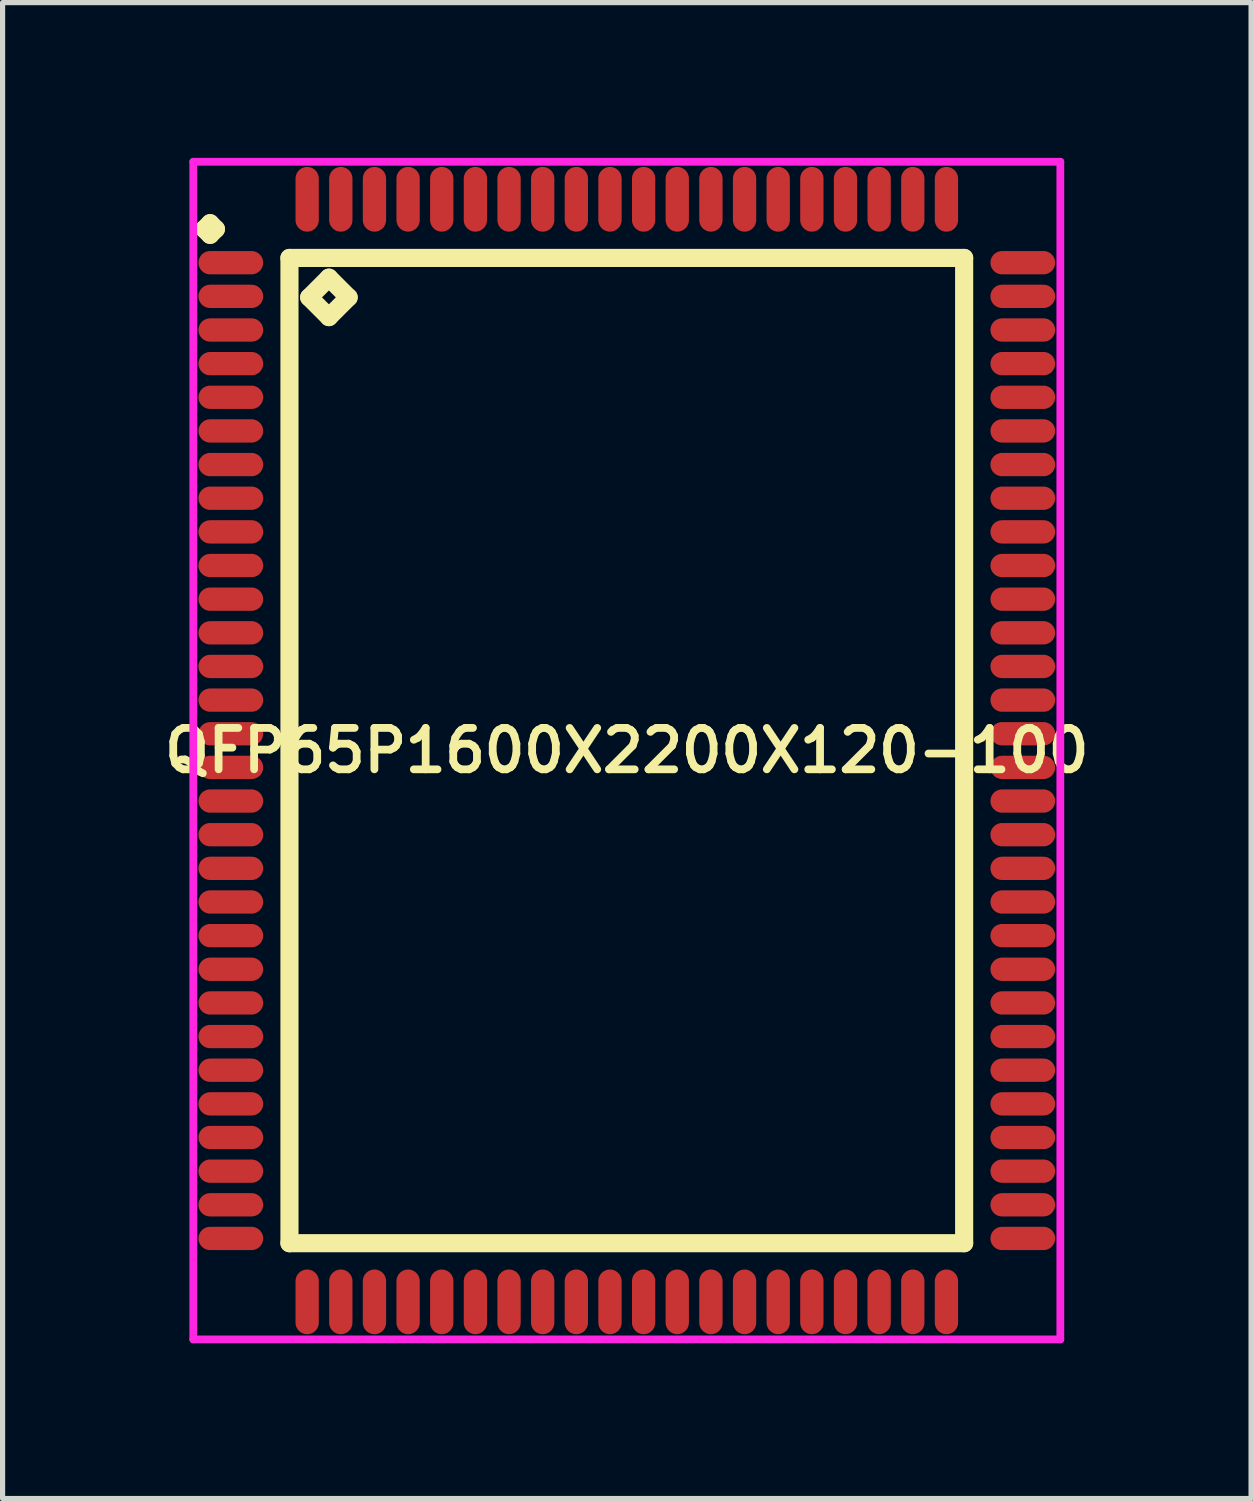
<source format=kicad_pcb>
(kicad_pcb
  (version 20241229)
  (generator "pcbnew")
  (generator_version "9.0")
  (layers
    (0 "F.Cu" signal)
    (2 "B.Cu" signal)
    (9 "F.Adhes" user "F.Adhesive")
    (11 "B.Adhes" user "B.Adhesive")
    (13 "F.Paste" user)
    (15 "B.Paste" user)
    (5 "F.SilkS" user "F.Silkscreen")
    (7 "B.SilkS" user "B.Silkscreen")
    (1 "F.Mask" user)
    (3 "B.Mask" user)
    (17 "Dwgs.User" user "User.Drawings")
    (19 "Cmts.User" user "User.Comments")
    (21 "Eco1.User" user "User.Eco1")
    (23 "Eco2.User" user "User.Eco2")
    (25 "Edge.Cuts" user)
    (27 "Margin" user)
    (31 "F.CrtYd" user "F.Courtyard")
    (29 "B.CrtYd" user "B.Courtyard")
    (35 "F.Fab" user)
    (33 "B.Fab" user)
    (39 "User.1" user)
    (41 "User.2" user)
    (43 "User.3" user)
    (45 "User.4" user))
  (footprint "QFP65P1600X2200X120-100"
    (layer "F.Cu")
    (at 9.059 11.45)
    (property "Reference" "QFP65P1600X2200X120-100" (at 0 0 0) (layer "F.SilkS") (effects (font (size 0.8 0.8) (thickness 0.15))))
    (attr through_hole)
    (fp_line (start -8.162 -10.075) (end -8.05 -10.188) (stroke (width 0.35) (type solid)) (layer "F.SilkS"))
    (fp_line (start -8.05 -10.188) (end -7.938 -10.075) (stroke (width 0.35) (type solid)) (layer "F.SilkS"))
    (fp_line (start -8.05 -9.963) (end -8.162 -10.075) (stroke (width 0.35) (type solid)) (layer "F.SilkS"))
    (fp_line (start -7.938 -10.075) (end -8.05 -9.963) (stroke (width 0.35) (type solid)) (layer "F.SilkS"))
    (fp_line (start -6.517 -9.517) (end -6.517 9.517) (stroke (width 0.35) (type solid)) (layer "F.SilkS"))
    (fp_line (start -6.517 9.517) (end 6.517 9.517) (stroke (width 0.35) (type solid)) (layer "F.SilkS"))
    (fp_line (start -6.136 -8.755) (end -5.755 -9.136) (stroke (width 0.35) (type solid)) (layer "F.SilkS"))
    (fp_line (start -5.755 -9.136) (end -5.374 -8.755) (stroke (width 0.35) (type solid)) (layer "F.SilkS"))
    (fp_line (start -5.755 -8.374) (end -6.136 -8.755) (stroke (width 0.35) (type solid)) (layer "F.SilkS"))
    (fp_line (start -5.374 -8.755) (end -5.755 -8.374) (stroke (width 0.35) (type solid)) (layer "F.SilkS"))
    (fp_line (start 6.517 -9.517) (end -6.517 -9.517) (stroke (width 0.35) (type solid)) (layer "F.SilkS"))
    (fp_line (start 6.517 9.517) (end 6.517 -9.517) (stroke (width 0.35) (type solid)) (layer "F.SilkS"))
    (fp_line (start -8.375 -11.375) (end 8.375 -11.375) (stroke (width 0.15) (type solid)) (layer "F.CrtYd"))
    (fp_line (start -8.375 11.375) (end -8.375 -11.375) (stroke (width 0.15) (type solid)) (layer "F.CrtYd"))
    (fp_line (start 8.375 -11.375) (end 8.375 11.375) (stroke (width 0.15) (type solid)) (layer "F.CrtYd"))
    (fp_line (start 8.375 11.375) (end -8.375 11.375) (stroke (width 0.15) (type solid)) (layer "F.CrtYd"))
    (pad "1" smd oval (at -7.65 -9.425) (size 1.25 0.45) (layers "F.Cu" "F.Mask" "F.Paste"))
    (pad "2" smd oval (at -7.65 -8.775) (size 1.25 0.45) (layers "F.Cu" "F.Mask" "F.Paste"))
    (pad "3" smd oval (at -7.65 -8.125) (size 1.25 0.45) (layers "F.Cu" "F.Mask" "F.Paste"))
    (pad "4" smd oval (at -7.65 -7.475) (size 1.25 0.45) (layers "F.Cu" "F.Mask" "F.Paste"))
    (pad "5" smd oval (at -7.65 -6.825) (size 1.25 0.45) (layers "F.Cu" "F.Mask" "F.Paste"))
    (pad "6" smd oval (at -7.65 -6.175) (size 1.25 0.45) (layers "F.Cu" "F.Mask" "F.Paste"))
    (pad "7" smd oval (at -7.65 -5.525) (size 1.25 0.45) (layers "F.Cu" "F.Mask" "F.Paste"))
    (pad "8" smd oval (at -7.65 -4.875) (size 1.25 0.45) (layers "F.Cu" "F.Mask" "F.Paste"))
    (pad "9" smd oval (at -7.65 -4.225) (size 1.25 0.45) (layers "F.Cu" "F.Mask" "F.Paste"))
    (pad "10" smd oval (at -7.65 -3.575) (size 1.25 0.45) (layers "F.Cu" "F.Mask" "F.Paste"))
    (pad "11" smd oval (at -7.65 -2.925) (size 1.25 0.45) (layers "F.Cu" "F.Mask" "F.Paste"))
    (pad "12" smd oval (at -7.65 -2.275) (size 1.25 0.45) (layers "F.Cu" "F.Mask" "F.Paste"))
    (pad "13" smd oval (at -7.65 -1.625) (size 1.25 0.45) (layers "F.Cu" "F.Mask" "F.Paste"))
    (pad "14" smd oval (at -7.65 -0.975) (size 1.25 0.45) (layers "F.Cu" "F.Mask" "F.Paste"))
    (pad "15" smd oval (at -7.65 -0.325) (size 1.25 0.45) (layers "F.Cu" "F.Mask" "F.Paste"))
    (pad "16" smd oval (at -7.65 0.325) (size 1.25 0.45) (layers "F.Cu" "F.Mask" "F.Paste"))
    (pad "17" smd oval (at -7.65 0.975) (size 1.25 0.45) (layers "F.Cu" "F.Mask" "F.Paste"))
    (pad "18" smd oval (at -7.65 1.625) (size 1.25 0.45) (layers "F.Cu" "F.Mask" "F.Paste"))
    (pad "19" smd oval (at -7.65 2.275) (size 1.25 0.45) (layers "F.Cu" "F.Mask" "F.Paste"))
    (pad "20" smd oval (at -7.65 2.925) (size 1.25 0.45) (layers "F.Cu" "F.Mask" "F.Paste"))
    (pad "21" smd oval (at -7.65 3.575) (size 1.25 0.45) (layers "F.Cu" "F.Mask" "F.Paste"))
    (pad "22" smd oval (at -7.65 4.225) (size 1.25 0.45) (layers "F.Cu" "F.Mask" "F.Paste"))
    (pad "23" smd oval (at -7.65 4.875) (size 1.25 0.45) (layers "F.Cu" "F.Mask" "F.Paste"))
    (pad "24" smd oval (at -7.65 5.525) (size 1.25 0.45) (layers "F.Cu" "F.Mask" "F.Paste"))
    (pad "25" smd oval (at -7.65 6.175) (size 1.25 0.45) (layers "F.Cu" "F.Mask" "F.Paste"))
    (pad "26" smd oval (at -7.65 6.825) (size 1.25 0.45) (layers "F.Cu" "F.Mask" "F.Paste"))
    (pad "27" smd oval (at -7.65 7.475) (size 1.25 0.45) (layers "F.Cu" "F.Mask" "F.Paste"))
    (pad "28" smd oval (at -7.65 8.125) (size 1.25 0.45) (layers "F.Cu" "F.Mask" "F.Paste"))
    (pad "29" smd oval (at -7.65 8.775) (size 1.25 0.45) (layers "F.Cu" "F.Mask" "F.Paste"))
    (pad "30" smd oval (at -7.65 9.425) (size 1.25 0.45) (layers "F.Cu" "F.Mask" "F.Paste"))
    (pad "31" smd oval (at -6.175 10.65) (size 0.45 1.25) (layers "F.Cu" "F.Mask" "F.Paste"))
    (pad "32" smd oval (at -5.525 10.65) (size 0.45 1.25) (layers "F.Cu" "F.Mask" "F.Paste"))
    (pad "33" smd oval (at -4.875 10.65) (size 0.45 1.25) (layers "F.Cu" "F.Mask" "F.Paste"))
    (pad "34" smd oval (at -4.225 10.65) (size 0.45 1.25) (layers "F.Cu" "F.Mask" "F.Paste"))
    (pad "35" smd oval (at -3.575 10.65) (size 0.45 1.25) (layers "F.Cu" "F.Mask" "F.Paste"))
    (pad "36" smd oval (at -2.925 10.65) (size 0.45 1.25) (layers "F.Cu" "F.Mask" "F.Paste"))
    (pad "37" smd oval (at -2.275 10.65) (size 0.45 1.25) (layers "F.Cu" "F.Mask" "F.Paste"))
    (pad "38" smd oval (at -1.625 10.65) (size 0.45 1.25) (layers "F.Cu" "F.Mask" "F.Paste"))
    (pad "39" smd oval (at -0.975 10.65) (size 0.45 1.25) (layers "F.Cu" "F.Mask" "F.Paste"))
    (pad "40" smd oval (at -0.325 10.65) (size 0.45 1.25) (layers "F.Cu" "F.Mask" "F.Paste"))
    (pad "41" smd oval (at 0.325 10.65) (size 0.45 1.25) (layers "F.Cu" "F.Mask" "F.Paste"))
    (pad "42" smd oval (at 0.975 10.65) (size 0.45 1.25) (layers "F.Cu" "F.Mask" "F.Paste"))
    (pad "43" smd oval (at 1.625 10.65) (size 0.45 1.25) (layers "F.Cu" "F.Mask" "F.Paste"))
    (pad "44" smd oval (at 2.275 10.65) (size 0.45 1.25) (layers "F.Cu" "F.Mask" "F.Paste"))
    (pad "45" smd oval (at 2.925 10.65) (size 0.45 1.25) (layers "F.Cu" "F.Mask" "F.Paste"))
    (pad "46" smd oval (at 3.575 10.65) (size 0.45 1.25) (layers "F.Cu" "F.Mask" "F.Paste"))
    (pad "47" smd oval (at 4.225 10.65) (size 0.45 1.25) (layers "F.Cu" "F.Mask" "F.Paste"))
    (pad "48" smd oval (at 4.875 10.65) (size 0.45 1.25) (layers "F.Cu" "F.Mask" "F.Paste"))
    (pad "49" smd oval (at 5.525 10.65) (size 0.45 1.25) (layers "F.Cu" "F.Mask" "F.Paste"))
    (pad "50" smd oval (at 6.175 10.65) (size 0.45 1.25) (layers "F.Cu" "F.Mask" "F.Paste"))
    (pad "51" smd oval (at 7.65 9.425) (size 1.25 0.45) (layers "F.Cu" "F.Mask" "F.Paste"))
    (pad "52" smd oval (at 7.65 8.775) (size 1.25 0.45) (layers "F.Cu" "F.Mask" "F.Paste"))
    (pad "53" smd oval (at 7.65 8.125) (size 1.25 0.45) (layers "F.Cu" "F.Mask" "F.Paste"))
    (pad "54" smd oval (at 7.65 7.475) (size 1.25 0.45) (layers "F.Cu" "F.Mask" "F.Paste"))
    (pad "55" smd oval (at 7.65 6.825) (size 1.25 0.45) (layers "F.Cu" "F.Mask" "F.Paste"))
    (pad "56" smd oval (at 7.65 6.175) (size 1.25 0.45) (layers "F.Cu" "F.Mask" "F.Paste"))
    (pad "57" smd oval (at 7.65 5.525) (size 1.25 0.45) (layers "F.Cu" "F.Mask" "F.Paste"))
    (pad "58" smd oval (at 7.65 4.875) (size 1.25 0.45) (layers "F.Cu" "F.Mask" "F.Paste"))
    (pad "59" smd oval (at 7.65 4.225) (size 1.25 0.45) (layers "F.Cu" "F.Mask" "F.Paste"))
    (pad "60" smd oval (at 7.65 3.575) (size 1.25 0.45) (layers "F.Cu" "F.Mask" "F.Paste"))
    (pad "61" smd oval (at 7.65 2.925) (size 1.25 0.45) (layers "F.Cu" "F.Mask" "F.Paste"))
    (pad "62" smd oval (at 7.65 2.275) (size 1.25 0.45) (layers "F.Cu" "F.Mask" "F.Paste"))
    (pad "63" smd oval (at 7.65 1.625) (size 1.25 0.45) (layers "F.Cu" "F.Mask" "F.Paste"))
    (pad "64" smd oval (at 7.65 0.975) (size 1.25 0.45) (layers "F.Cu" "F.Mask" "F.Paste"))
    (pad "65" smd oval (at 7.65 0.325) (size 1.25 0.45) (layers "F.Cu" "F.Mask" "F.Paste"))
    (pad "66" smd oval (at 7.65 -0.325) (size 1.25 0.45) (layers "F.Cu" "F.Mask" "F.Paste"))
    (pad "67" smd oval (at 7.65 -0.975) (size 1.25 0.45) (layers "F.Cu" "F.Mask" "F.Paste"))
    (pad "68" smd oval (at 7.65 -1.625) (size 1.25 0.45) (layers "F.Cu" "F.Mask" "F.Paste"))
    (pad "69" smd oval (at 7.65 -2.275) (size 1.25 0.45) (layers "F.Cu" "F.Mask" "F.Paste"))
    (pad "70" smd oval (at 7.65 -2.925) (size 1.25 0.45) (layers "F.Cu" "F.Mask" "F.Paste"))
    (pad "71" smd oval (at 7.65 -3.575) (size 1.25 0.45) (layers "F.Cu" "F.Mask" "F.Paste"))
    (pad "72" smd oval (at 7.65 -4.225) (size 1.25 0.45) (layers "F.Cu" "F.Mask" "F.Paste"))
    (pad "73" smd oval (at 7.65 -4.875) (size 1.25 0.45) (layers "F.Cu" "F.Mask" "F.Paste"))
    (pad "74" smd oval (at 7.65 -5.525) (size 1.25 0.45) (layers "F.Cu" "F.Mask" "F.Paste"))
    (pad "75" smd oval (at 7.65 -6.175) (size 1.25 0.45) (layers "F.Cu" "F.Mask" "F.Paste"))
    (pad "76" smd oval (at 7.65 -6.825) (size 1.25 0.45) (layers "F.Cu" "F.Mask" "F.Paste"))
    (pad "77" smd oval (at 7.65 -7.475) (size 1.25 0.45) (layers "F.Cu" "F.Mask" "F.Paste"))
    (pad "78" smd oval (at 7.65 -8.125) (size 1.25 0.45) (layers "F.Cu" "F.Mask" "F.Paste"))
    (pad "79" smd oval (at 7.65 -8.775) (size 1.25 0.45) (layers "F.Cu" "F.Mask" "F.Paste"))
    (pad "80" smd oval (at 7.65 -9.425) (size 1.25 0.45) (layers "F.Cu" "F.Mask" "F.Paste"))
    (pad "81" smd oval (at 6.175 -10.65) (size 0.45 1.25) (layers "F.Cu" "F.Mask" "F.Paste"))
    (pad "82" smd oval (at 5.525 -10.65) (size 0.45 1.25) (layers "F.Cu" "F.Mask" "F.Paste"))
    (pad "83" smd oval (at 4.875 -10.65) (size 0.45 1.25) (layers "F.Cu" "F.Mask" "F.Paste"))
    (pad "84" smd oval (at 4.225 -10.65) (size 0.45 1.25) (layers "F.Cu" "F.Mask" "F.Paste"))
    (pad "85" smd oval (at 3.575 -10.65) (size 0.45 1.25) (layers "F.Cu" "F.Mask" "F.Paste"))
    (pad "86" smd oval (at 2.925 -10.65) (size 0.45 1.25) (layers "F.Cu" "F.Mask" "F.Paste"))
    (pad "87" smd oval (at 2.275 -10.65) (size 0.45 1.25) (layers "F.Cu" "F.Mask" "F.Paste"))
    (pad "88" smd oval (at 1.625 -10.65) (size 0.45 1.25) (layers "F.Cu" "F.Mask" "F.Paste"))
    (pad "89" smd oval (at 0.975 -10.65) (size 0.45 1.25) (layers "F.Cu" "F.Mask" "F.Paste"))
    (pad "90" smd oval (at 0.325 -10.65) (size 0.45 1.25) (layers "F.Cu" "F.Mask" "F.Paste"))
    (pad "91" smd oval (at -0.325 -10.65) (size 0.45 1.25) (layers "F.Cu" "F.Mask" "F.Paste"))
    (pad "92" smd oval (at -0.975 -10.65) (size 0.45 1.25) (layers "F.Cu" "F.Mask" "F.Paste"))
    (pad "93" smd oval (at -1.625 -10.65) (size 0.45 1.25) (layers "F.Cu" "F.Mask" "F.Paste"))
    (pad "94" smd oval (at -2.275 -10.65) (size 0.45 1.25) (layers "F.Cu" "F.Mask" "F.Paste"))
    (pad "95" smd oval (at -2.925 -10.65) (size 0.45 1.25) (layers "F.Cu" "F.Mask" "F.Paste"))
    (pad "96" smd oval (at -3.575 -10.65) (size 0.45 1.25) (layers "F.Cu" "F.Mask" "F.Paste"))
    (pad "97" smd oval (at -4.225 -10.65) (size 0.45 1.25) (layers "F.Cu" "F.Mask" "F.Paste"))
    (pad "98" smd oval (at -4.875 -10.65) (size 0.45 1.25) (layers "F.Cu" "F.Mask" "F.Paste"))
    (pad "99" smd oval (at -5.525 -10.65) (size 0.45 1.25) (layers "F.Cu" "F.Mask" "F.Paste"))
    (pad "100" smd oval (at -6.175 -10.65) (size 0.45 1.25) (layers "F.Cu" "F.Mask" "F.Paste")))
  (gr_rect
    (start -3 -3)
    (end 21.119 25.9)
    (stroke (width 0.1) (type default))
    (fill no)
    (layer "Edge.Cuts")))
</source>
